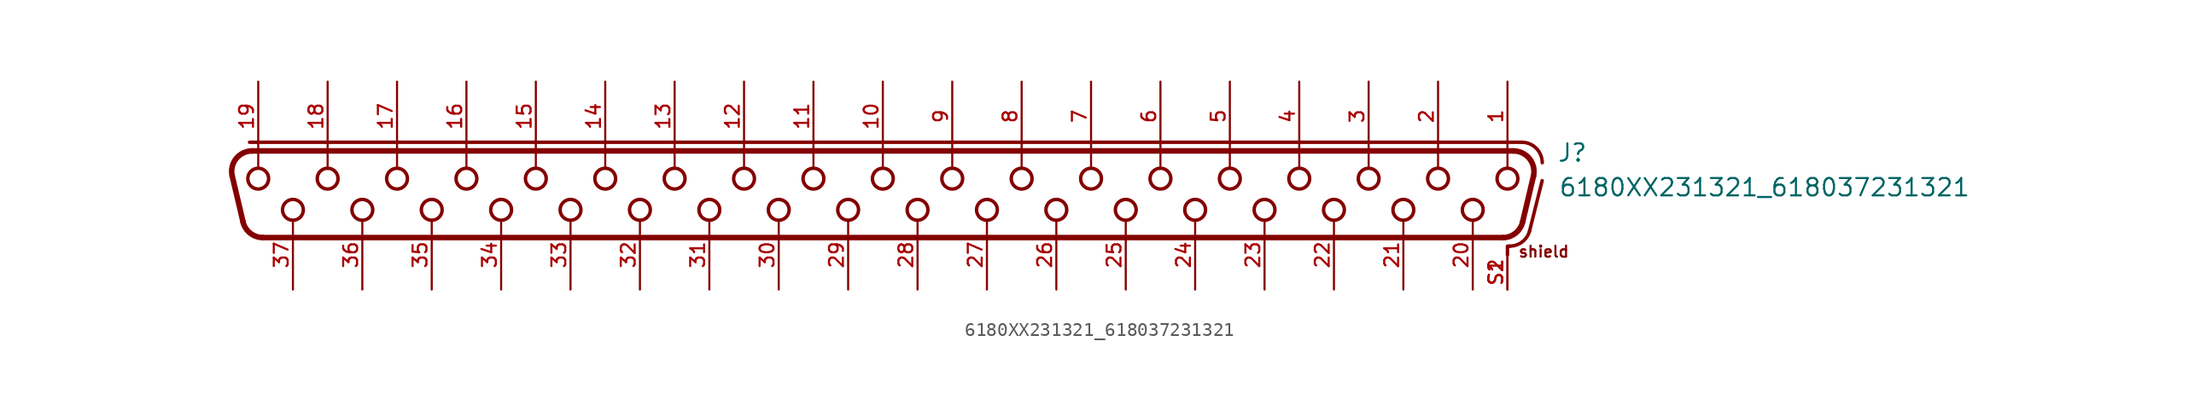
<source format=kicad_sym>
(kicad_symbol_lib
  (version 20231120)
  (generator "kicad_symbol_editor")
  (generator_version "8.0")
  (symbol "6180XX231321_618037231321"
    (pin_names
      (offset 1.016))
    (property "Reference" "J"
      (at 49.34 1.66 0)
      (effects (font (size 1.27 1.27)) (justify left bottom)))
    (property "Value" "6180XX231321_618037231321"
      (at 49.44 -0.88 0)
      (effects (font (size 1.27 1.27)) (justify left bottom)))
    (symbol "6180XX231321_618037231321_0_0"
      (arc (start -46.8329 -2.6548) (mid -46.3068 -3.4839) (end -45.3731 -3.81) (stroke (width 0.4064) (type default)) (fill (type none)))
      (arc (start -46.1644 2.54) (mid -47.3406 1.9708) (end -47.6242 0.6952) (stroke (width 0.4064) (type default)) (fill (type none)))
      (circle (center -45.72 0.508) (radius 0.762) (stroke (width 0.254) (type default)) (fill (type none)))
      (circle (center -43.18 -1.778) (radius 0.762) (stroke (width 0.254) (type default)) (fill (type none)))
      (circle (center -40.64 0.508) (radius 0.762) (stroke (width 0.254) (type default)) (fill (type none)))
      (circle (center -38.1 -1.778) (radius 0.762) (stroke (width 0.254) (type default)) (fill (type none)))
      (circle (center -35.56 0.508) (radius 0.762) (stroke (width 0.254) (type default)) (fill (type none)))
      (circle (center -33.02 -1.778) (radius 0.762) (stroke (width 0.254) (type default)) (fill (type none)))
      (circle (center -30.48 0.508) (radius 0.762) (stroke (width 0.254) (type default)) (fill (type none)))
      (circle (center -27.94 -1.778) (radius 0.762) (stroke (width 0.254) (type default)) (fill (type none)))
      (circle (center -25.4 0.508) (radius 0.762) (stroke (width 0.254) (type default)) (fill (type none)))
      (circle (center -22.86 -1.778) (radius 0.762) (stroke (width 0.254) (type default)) (fill (type none)))
      (circle (center -20.32 0.508) (radius 0.762) (stroke (width 0.254) (type default)) (fill (type none)))
      (circle (center -17.78 -1.778) (radius 0.762) (stroke (width 0.254) (type default)) (fill (type none)))
      (circle (center -15.24 0.508) (radius 0.762) (stroke (width 0.254) (type default)) (fill (type none)))
      (circle (center -12.7 -1.778) (radius 0.762) (stroke (width 0.254) (type default)) (fill (type none)))
      (circle (center -10.16 0.508) (radius 0.762) (stroke (width 0.254) (type default)) (fill (type none)))
      (circle (center -7.62 -1.778) (radius 0.762) (stroke (width 0.254) (type default)) (fill (type none)))
      (circle (center -5.08 0.508) (radius 0.762) (stroke (width 0.254) (type default)) (fill (type none)))
      (circle (center -2.54 -1.778) (radius 0.762) (stroke (width 0.254) (type default)) (fill (type none)))
      (polyline (pts (xy -46.833 -2.655) (xy -47.624 0.695)) (stroke (width 0.406) (type default)) (fill (type none)))
      (polyline (pts (xy -46.355 3.175) (xy 46.76 3.175)) (stroke (width 0.254) (type default)) (fill (type none)))
      (polyline (pts (xy -46.164 2.54) (xy 46.164 2.54)) (stroke (width 0.406) (type default)) (fill (type none)))
      (polyline (pts (xy -45.72 2.58) (xy -45.72 1.3)) (stroke (width 0.152) (type default)) (fill (type none)))
      (polyline (pts (xy -40.64 2.58) (xy -40.64 1.3)) (stroke (width 0.152) (type default)) (fill (type none)))
      (polyline (pts (xy -35.56 2.58) (xy -35.56 1.3)) (stroke (width 0.152) (type default)) (fill (type none)))
      (polyline (pts (xy -30.48 2.58) (xy -30.48 1.3)) (stroke (width 0.152) (type default)) (fill (type none)))
      (polyline (pts (xy -25.4 2.58) (xy -25.4 1.3)) (stroke (width 0.152) (type default)) (fill (type none)))
      (polyline (pts (xy -20.32 2.58) (xy -20.32 1.3)) (stroke (width 0.152) (type default)) (fill (type none)))
      (polyline (pts (xy -15.24 2.58) (xy -15.24 1.3)) (stroke (width 0.152) (type default)) (fill (type none)))
      (polyline (pts (xy -10.16 2.58) (xy -10.16 1.3)) (stroke (width 0.152) (type default)) (fill (type none)))
      (polyline (pts (xy -5.08 2.58) (xy -5.08 1.3)) (stroke (width 0.152) (type default)) (fill (type none)))
      (polyline (pts (xy 0 2.58) (xy 0 1.3)) (stroke (width 0.152) (type default)) (fill (type none)))
      (polyline (pts (xy 5.08 2.58) (xy 5.08 1.3)) (stroke (width 0.152) (type default)) (fill (type none)))
      (polyline (pts (xy 10.16 2.58) (xy 10.16 1.3)) (stroke (width 0.152) (type default)) (fill (type none)))
      (polyline (pts (xy 15.24 2.58) (xy 15.24 1.3)) (stroke (width 0.152) (type default)) (fill (type none)))
      (polyline (pts (xy 20.32 2.58) (xy 20.32 1.3)) (stroke (width 0.152) (type default)) (fill (type none)))
      (polyline (pts (xy 25.4 2.58) (xy 25.4 1.3)) (stroke (width 0.152) (type default)) (fill (type none)))
      (polyline (pts (xy 30.48 2.58) (xy 30.48 1.3)) (stroke (width 0.152) (type default)) (fill (type none)))
      (polyline (pts (xy 35.56 2.58) (xy 35.56 1.3)) (stroke (width 0.152) (type default)) (fill (type none)))
      (polyline (pts (xy 40.64 2.58) (xy 40.64 1.3)) (stroke (width 0.152) (type default)) (fill (type none)))
      (polyline (pts (xy 45.373 -3.81) (xy -45.373 -3.81)) (stroke (width 0.406) (type default)) (fill (type none)))
      (polyline (pts (xy 45.72 -4.445) (xy 45.72 -5.08)) (stroke (width 0.254) (type default)) (fill (type none)))
      (polyline (pts (xy 45.72 2.58) (xy 45.72 1.3)) (stroke (width 0.152) (type default)) (fill (type none)))
      (polyline (pts (xy 45.76 -4.44) (xy 45.889 -4.44)) (stroke (width 0.254) (type default)) (fill (type none)))
      (polyline (pts (xy 47.344 -3.304) (xy 48.26 0.36)) (stroke (width 0.254) (type default)) (fill (type none)))
      (polyline (pts (xy 47.624 0.695) (xy 46.833 -2.655)) (stroke (width 0.406) (type default)) (fill (type none)))
      (circle (center 0 0.508) (radius 0.762) (stroke (width 0.254) (type default)) (fill (type none)))
      (circle (center 2.54 -1.778) (radius 0.762) (stroke (width 0.254) (type default)) (fill (type none)))
      (circle (center 5.08 0.508) (radius 0.762) (stroke (width 0.254) (type default)) (fill (type none)))
      (circle (center 7.62 -1.778) (radius 0.762) (stroke (width 0.254) (type default)) (fill (type none)))
      (circle (center 10.16 0.508) (radius 0.762) (stroke (width 0.254) (type default)) (fill (type none)))
      (circle (center 12.7 -1.778) (radius 0.762) (stroke (width 0.254) (type default)) (fill (type none)))
      (circle (center 15.24 0.508) (radius 0.762) (stroke (width 0.254) (type default)) (fill (type none)))
      (circle (center 17.78 -1.778) (radius 0.762) (stroke (width 0.254) (type default)) (fill (type none)))
      (circle (center 20.32 0.508) (radius 0.762) (stroke (width 0.254) (type default)) (fill (type none)))
      (circle (center 22.86 -1.778) (radius 0.762) (stroke (width 0.254) (type default)) (fill (type none)))
      (circle (center 25.4 0.508) (radius 0.762) (stroke (width 0.254) (type default)) (fill (type none)))
      (circle (center 27.94 -1.778) (radius 0.762) (stroke (width 0.254) (type default)) (fill (type none)))
      (circle (center 30.48 0.508) (radius 0.762) (stroke (width 0.254) (type default)) (fill (type none)))
      (circle (center 33.02 -1.778) (radius 0.762) (stroke (width 0.254) (type default)) (fill (type none)))
      (circle (center 35.56 0.508) (radius 0.762) (stroke (width 0.254) (type default)) (fill (type none)))
      (circle (center 38.1 -1.778) (radius 0.762) (stroke (width 0.254) (type default)) (fill (type none)))
      (circle (center 40.64 0.508) (radius 0.762) (stroke (width 0.254) (type default)) (fill (type none)))
      (circle (center 43.18 -1.778) (radius 0.762) (stroke (width 0.254) (type default)) (fill (type none)))
      (arc (start 45.3731 -3.81) (mid 46.3008 -3.4886) (end 46.8329 -2.6548) (stroke (width 0.4064) (type default)) (fill (type none)))
      (circle (center 45.72 0.508) (radius 0.762) (stroke (width 0.254) (type default)) (fill (type none)))
      (arc (start 45.8888 -4.44) (mid 46.8125 -4.1228) (end 47.3441 -3.3038) (stroke (width 0.254) (type default)) (fill (type none)))
      (arc (start 47.6242 0.6952) (mid 47.3383 1.9738) (end 46.1644 2.54) (stroke (width 0.4064) (type default)) (fill (type none)))
      (arc (start 48.26 1.675) (mid 47.8207 2.7357) (end 46.76 3.175) (stroke (width 0.254) (type default)) (fill (type none)))
      (text "shield" (at 46.46 -5.32 0) (effects (font (size 0.813 0.813)) (justify left bottom)))
      (pin bidirectional line (at 45.72 7.62 270) (length 5.08) (name "~" (effects (font (size 1.016 1.016)))) (number "1" (effects (font (size 1.016 1.016)))))
      (pin bidirectional line (at 0 7.62 270) (length 5.08) (name "~" (effects (font (size 1.016 1.016)))) (number "10" (effects (font (size 1.016 1.016)))))
      (pin bidirectional line (at -5.08 7.62 270) (length 5.08) (name "~" (effects (font (size 1.016 1.016)))) (number "11" (effects (font (size 1.016 1.016)))))
      (pin bidirectional line (at -10.16 7.62 270) (length 5.08) (name "~" (effects (font (size 1.016 1.016)))) (number "12" (effects (font (size 1.016 1.016)))))
      (pin bidirectional line (at -15.24 7.62 270) (length 5.08) (name "~" (effects (font (size 1.016 1.016)))) (number "13" (effects (font (size 1.016 1.016)))))
      (pin bidirectional line (at -20.32 7.62 270) (length 5.08) (name "~" (effects (font (size 1.016 1.016)))) (number "14" (effects (font (size 1.016 1.016)))))
      (pin bidirectional line (at -25.4 7.62 270) (length 5.08) (name "~" (effects (font (size 1.016 1.016)))) (number "15" (effects (font (size 1.016 1.016)))))
      (pin bidirectional line (at -30.48 7.62 270) (length 5.08) (name "~" (effects (font (size 1.016 1.016)))) (number "16" (effects (font (size 1.016 1.016)))))
      (pin bidirectional line (at -35.56 7.62 270) (length 5.08) (name "~" (effects (font (size 1.016 1.016)))) (number "17" (effects (font (size 1.016 1.016)))))
      (pin bidirectional line (at -40.64 7.62 270) (length 5.08) (name "~" (effects (font (size 1.016 1.016)))) (number "18" (effects (font (size 1.016 1.016)))))
      (pin bidirectional line (at -45.72 7.62 270) (length 5.08) (name "~" (effects (font (size 1.016 1.016)))) (number "19" (effects (font (size 1.016 1.016)))))
      (pin bidirectional line (at 40.64 7.62 270) (length 5.08) (name "~" (effects (font (size 1.016 1.016)))) (number "2" (effects (font (size 1.016 1.016)))))
      (pin bidirectional line (at 43.18 -7.62 90) (length 5.08) (name "~" (effects (font (size 1.016 1.016)))) (number "20" (effects (font (size 1.016 1.016)))))
      (pin bidirectional line (at 38.1 -7.62 90) (length 5.08) (name "~" (effects (font (size 1.016 1.016)))) (number "21" (effects (font (size 1.016 1.016)))))
      (pin bidirectional line (at 33.02 -7.62 90) (length 5.08) (name "~" (effects (font (size 1.016 1.016)))) (number "22" (effects (font (size 1.016 1.016)))))
      (pin bidirectional line (at 27.94 -7.62 90) (length 5.08) (name "~" (effects (font (size 1.016 1.016)))) (number "23" (effects (font (size 1.016 1.016)))))
      (pin bidirectional line (at 22.86 -7.62 90) (length 5.08) (name "~" (effects (font (size 1.016 1.016)))) (number "24" (effects (font (size 1.016 1.016)))))
      (pin bidirectional line (at 17.78 -7.62 90) (length 5.08) (name "~" (effects (font (size 1.016 1.016)))) (number "25" (effects (font (size 1.016 1.016)))))
      (pin bidirectional line (at 12.7 -7.62 90) (length 5.08) (name "~" (effects (font (size 1.016 1.016)))) (number "26" (effects (font (size 1.016 1.016)))))
      (pin bidirectional line (at 7.62 -7.62 90) (length 5.08) (name "~" (effects (font (size 1.016 1.016)))) (number "27" (effects (font (size 1.016 1.016)))))
      (pin bidirectional line (at 2.54 -7.62 90) (length 5.08) (name "~" (effects (font (size 1.016 1.016)))) (number "28" (effects (font (size 1.016 1.016)))))
      (pin bidirectional line (at -2.54 -7.62 90) (length 5.08) (name "~" (effects (font (size 1.016 1.016)))) (number "29" (effects (font (size 1.016 1.016)))))
      (pin bidirectional line (at 35.56 7.62 270) (length 5.08) (name "~" (effects (font (size 1.016 1.016)))) (number "3" (effects (font (size 1.016 1.016)))))
      (pin bidirectional line (at -7.62 -7.62 90) (length 5.08) (name "~" (effects (font (size 1.016 1.016)))) (number "30" (effects (font (size 1.016 1.016)))))
      (pin bidirectional line (at -12.7 -7.62 90) (length 5.08) (name "~" (effects (font (size 1.016 1.016)))) (number "31" (effects (font (size 1.016 1.016)))))
      (pin bidirectional line (at -17.78 -7.62 90) (length 5.08) (name "~" (effects (font (size 1.016 1.016)))) (number "32" (effects (font (size 1.016 1.016)))))
      (pin bidirectional line (at -22.86 -7.62 90) (length 5.08) (name "~" (effects (font (size 1.016 1.016)))) (number "33" (effects (font (size 1.016 1.016)))))
      (pin bidirectional line (at -27.94 -7.62 90) (length 5.08) (name "~" (effects (font (size 1.016 1.016)))) (number "34" (effects (font (size 1.016 1.016)))))
      (pin bidirectional line (at -33.02 -7.62 90) (length 5.08) (name "~" (effects (font (size 1.016 1.016)))) (number "35" (effects (font (size 1.016 1.016)))))
      (pin bidirectional line (at -38.1 -7.62 90) (length 5.08) (name "~" (effects (font (size 1.016 1.016)))) (number "36" (effects (font (size 1.016 1.016)))))
      (pin bidirectional line (at -43.18 -7.62 90) (length 5.08) (name "~" (effects (font (size 1.016 1.016)))) (number "37" (effects (font (size 1.016 1.016)))))
      (pin bidirectional line (at 30.48 7.62 270) (length 5.08) (name "~" (effects (font (size 1.016 1.016)))) (number "4" (effects (font (size 1.016 1.016)))))
      (pin bidirectional line (at 25.4 7.62 270) (length 5.08) (name "~" (effects (font (size 1.016 1.016)))) (number "5" (effects (font (size 1.016 1.016)))))
      (pin bidirectional line (at 20.32 7.62 270) (length 5.08) (name "~" (effects (font (size 1.016 1.016)))) (number "6" (effects (font (size 1.016 1.016)))))
      (pin bidirectional line (at 15.24 7.62 270) (length 5.08) (name "~" (effects (font (size 1.016 1.016)))) (number "7" (effects (font (size 1.016 1.016)))))
      (pin bidirectional line (at 10.16 7.62 270) (length 5.08) (name "~" (effects (font (size 1.016 1.016)))) (number "8" (effects (font (size 1.016 1.016)))))
      (pin bidirectional line (at 5.08 7.62 270) (length 5.08) (name "~" (effects (font (size 1.016 1.016)))) (number "9" (effects (font (size 1.016 1.016)))))
      (pin bidirectional line (at 45.72 -7.62 90) (length 2.54) (name "~" (effects (font (size 1.016 1.016)))) (number "S1" (effects (font (size 1.016 1.016)))))
      (pin bidirectional line (at 45.72 -7.62 90) (length 2.54) (name "~" (effects (font (size 1.016 1.016)))) (number "S2" (effects (font (size 1.016 1.016))))))))
</source>
